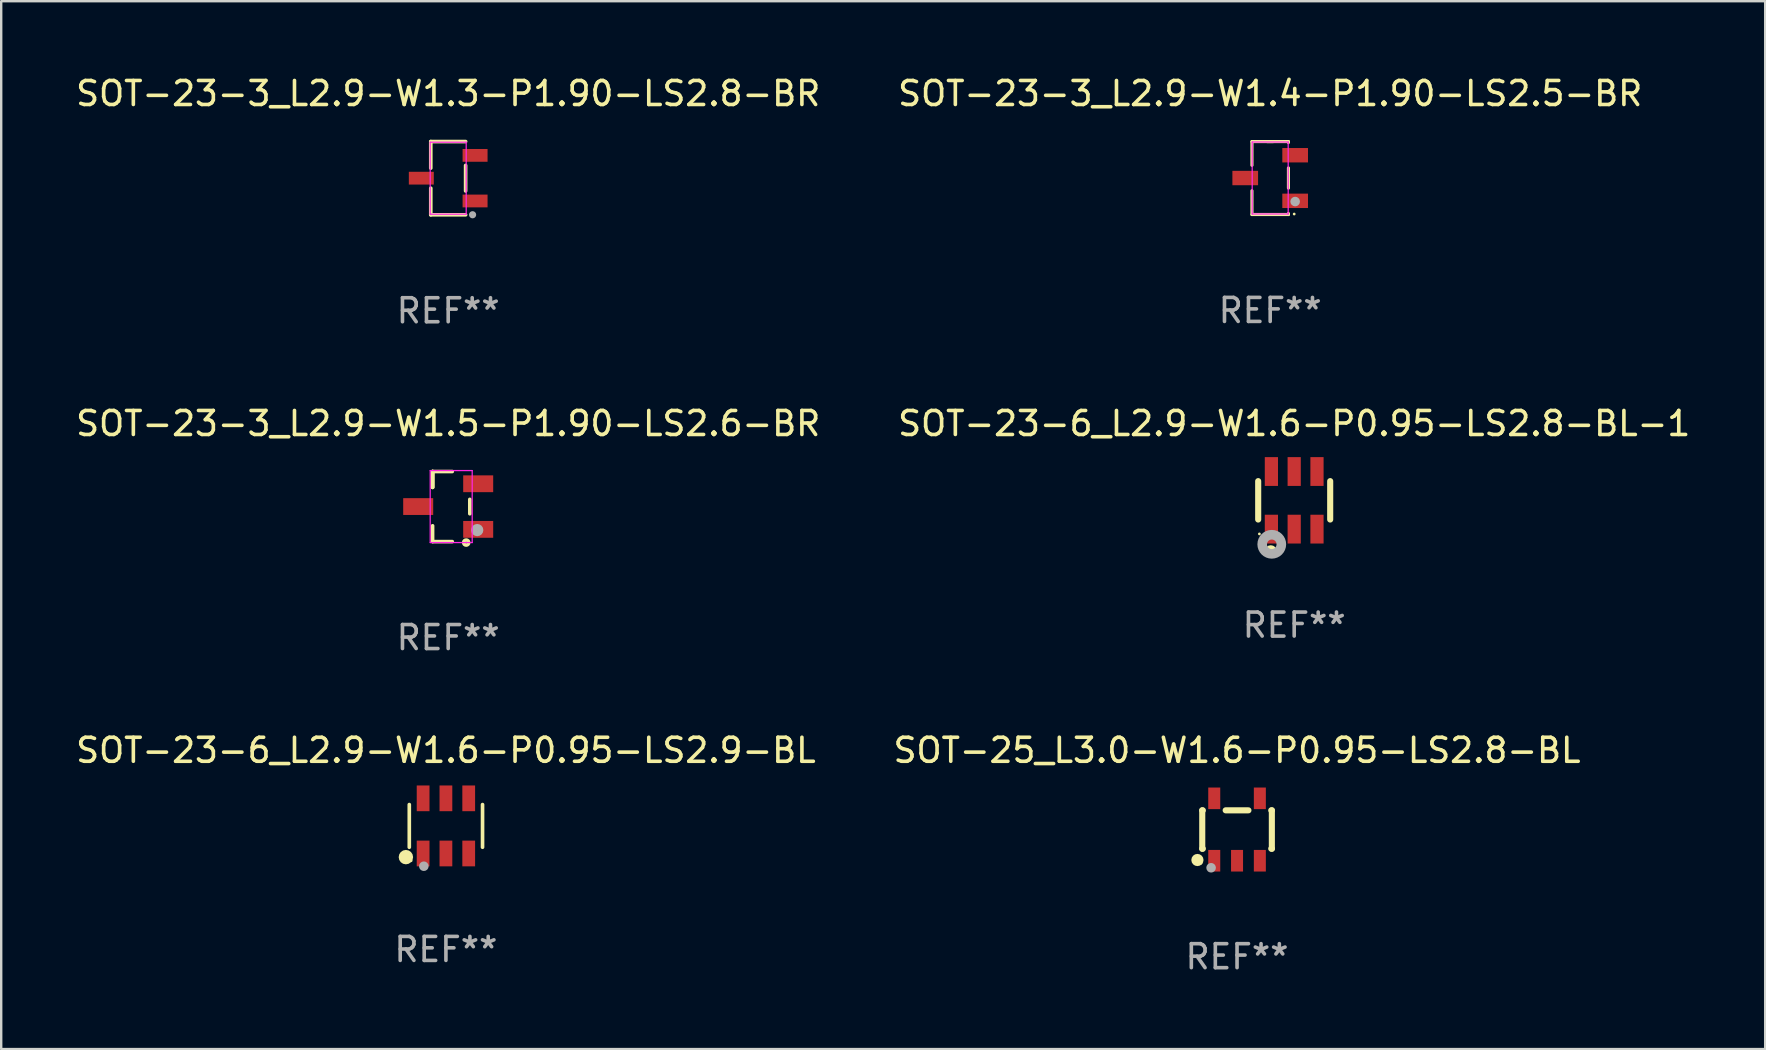
<source format=kicad_pcb>
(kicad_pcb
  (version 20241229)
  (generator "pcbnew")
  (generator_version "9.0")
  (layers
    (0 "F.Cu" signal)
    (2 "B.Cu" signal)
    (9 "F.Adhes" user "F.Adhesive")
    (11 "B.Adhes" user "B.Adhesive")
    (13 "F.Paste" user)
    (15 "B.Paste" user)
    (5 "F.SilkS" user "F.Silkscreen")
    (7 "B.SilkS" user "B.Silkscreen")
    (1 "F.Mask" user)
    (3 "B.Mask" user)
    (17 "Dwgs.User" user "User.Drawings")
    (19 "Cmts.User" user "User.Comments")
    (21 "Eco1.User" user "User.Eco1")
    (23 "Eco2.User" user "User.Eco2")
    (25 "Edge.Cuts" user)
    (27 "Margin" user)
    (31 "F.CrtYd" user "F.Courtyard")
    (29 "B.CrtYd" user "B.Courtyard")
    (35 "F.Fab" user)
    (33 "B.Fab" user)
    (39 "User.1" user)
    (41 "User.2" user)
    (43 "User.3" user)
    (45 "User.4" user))
  (footprint "SOT-25_L3.0-W1.6-P0.95-LS2.8-BL"
    (layer "F.Cu")
    (at 48.494 31.514)
    (property "Reference" "SOT-25_L3.0-W1.6-P0.95-LS2.8-BL" (at 0 -3.3 0) (layer "F.SilkS") (effects (font (size 1 1) (thickness 0.15))))
    (attr smd)
    (fp_line (start -1.45 0.8) (end -1.45 -0.8) (stroke (width 0.254) (type solid)) (layer "F.SilkS"))
    (fp_line (start -1.45 0.8) (end -1.426 0.8) (stroke (width 0.254) (type solid)) (layer "F.SilkS"))
    (fp_line (start -1.426 -0.8) (end -1.45 -0.8) (stroke (width 0.254) (type solid)) (layer "F.SilkS"))
    (fp_line (start 0.474 -0.8) (end -0.474 -0.8) (stroke (width 0.254) (type solid)) (layer "F.SilkS"))
    (fp_line (start 1.426 0.8) (end 1.45 0.8) (stroke (width 0.254) (type solid)) (layer "F.SilkS"))
    (fp_line (start 1.45 -0.8) (end 1.426 -0.8) (stroke (width 0.254) (type solid)) (layer "F.SilkS"))
    (fp_line (start 1.45 0.8) (end 1.45 -0.8) (stroke (width 0.254) (type solid)) (layer "F.SilkS"))
    (fp_circle (center -1.651 1.27) (end -1.524 1.27) (stroke (width 0.254) (type solid)) (fill no) (layer "F.SilkS"))
    (fp_circle (center -1.5 1.4) (end -1.47 1.4) (stroke (width 0.06) (type solid)) (fill no) (layer "F.SilkS"))
    (fp_circle (center -1.081 1.593) (end -0.981 1.593) (stroke (width 0.2) (type solid)) (fill no) (layer "F.Fab"))
    (fp_text user "REF**" (at 0 5.3 0) (layer "F.Fab") (effects (font (size 1 1) (thickness 0.15))))
    (pad "1" smd rect (at -0.95 1.3) (size 0.5 0.9) (layers "F.Cu" "F.Mask" "F.Paste"))
    (pad "2" smd rect (at 0 1.3) (size 0.5 0.9) (layers "F.Cu" "F.Mask" "F.Paste"))
    (pad "3" smd rect (at 0.95 1.3) (size 0.5 0.9) (layers "F.Cu" "F.Mask" "F.Paste"))
    (pad "4" smd rect (at 0.95 -1.3) (size 0.5 0.9) (layers "F.Cu" "F.Mask" "F.Paste"))
    (pad "5" smd rect (at -0.95 -1.3) (size 0.5 0.9) (layers "F.Cu" "F.Mask" "F.Paste")))
  (footprint "SOT-23-6_L2.9-W1.6-P0.95-LS2.9-BL"
    (layer "F.Cu")
    (at 15.53 31.363)
    (property "Reference" "SOT-23-6_L2.9-W1.6-P0.95-LS2.9-BL" (at 0 -3.149 0) (layer "F.SilkS") (effects (font (size 1 1) (thickness 0.15))))
    (attr smd)
    (fp_line (start -1.526 0.889) (end -1.526 -0.889) (stroke (width 0.152) (type solid)) (layer "F.SilkS"))
    (fp_line (start 1.526 0.889) (end 1.526 -0.889) (stroke (width 0.152) (type solid)) (layer "F.SilkS"))
    (fp_circle (center -1.668 1.301) (end -1.518 1.301) (stroke (width 0.3) (type solid)) (fill no) (layer "F.SilkS"))
    (fp_circle (center -1.45 1.45) (end -1.42 1.45) (stroke (width 0.06) (type solid)) (fill no) (layer "F.SilkS"))
    (fp_circle (center -0.92 1.68) (end -0.82 1.68) (stroke (width 0.2) (type solid)) (fill no) (layer "F.Fab"))
    (fp_text user "REF**" (at 0 5.149 0) (layer "F.Fab") (effects (font (size 1 1) (thickness 0.15))))
    (pad "1" smd rect (at -0.95 1.149) (size 0.532 1.072) (layers "F.Cu" "F.Mask" "F.Paste"))
    (pad "2" smd rect (at 0 1.149) (size 0.532 1.072) (layers "F.Cu" "F.Mask" "F.Paste"))
    (pad "3" smd rect (at 0.95 1.149) (size 0.532 1.072) (layers "F.Cu" "F.Mask" "F.Paste"))
    (pad "4" smd rect (at 0.95 -1.149) (size 0.532 1.072) (layers "F.Cu" "F.Mask" "F.Paste"))
    (pad "5" smd rect (at 0 -1.149) (size 0.532 1.072) (layers "F.Cu" "F.Mask" "F.Paste"))
    (pad "6" smd rect (at -0.95 -1.149) (size 0.532 1.072) (layers "F.Cu" "F.Mask" "F.Paste")))
  (footprint "SOT-23-3_L2.9-W1.5-P1.90-LS2.6-BR"
    (layer "F.Cu")
    (at 15.625 18.057)
    (property "Reference" "SOT-23-3_L2.9-W1.5-P1.90-LS2.6-BR" (at 0 -3.46 0) (layer "F.SilkS") (effects (font (size 1 1) (thickness 0.15))))
    (attr smd)
    (fp_line (start -0.65 -1.46) (end -0.65 -0.8) (stroke (width 0.15) (type solid)) (layer "F.SilkS"))
    (fp_line (start -0.65 -1.46) (end 0.17 -1.46) (stroke (width 0.15) (type solid)) (layer "F.SilkS"))
    (fp_line (start -0.65 -0.8) (end -0.65 -1.46) (stroke (width 0.15) (type solid)) (layer "F.SilkS"))
    (fp_line (start -0.65 -0.8) (end -0.65 -1.46) (stroke (width 0.15) (type solid)) (layer "F.SilkS"))
    (fp_line (start -0.65 1.46) (end -0.65 0.8) (stroke (width 0.15) (type solid)) (layer "F.SilkS"))
    (fp_line (start 0.17 1.46) (end -0.65 1.46) (stroke (width 0.15) (type solid)) (layer "F.SilkS"))
    (fp_line (start 0.9 0.3) (end 0.9 -0.3) (stroke (width 0.15) (type solid)) (layer "F.SilkS"))
    (fp_circle (center 0.75 1.5) (end 0.78 1.5) (stroke (width 0.15) (type solid)) (fill no) (layer "F.SilkS"))
    (fp_line (start -0.75 -1.5) (end -0.75 1.5) (stroke (width 0.05) (type default)) (layer "F.CrtYd"))
    (fp_line (start -0.75 1.5) (end 1 1.5) (stroke (width 0.05) (type default)) (layer "F.CrtYd"))
    (fp_line (start 1 -1.5) (end -0.75 -1.5) (stroke (width 0.05) (type default)) (layer "F.CrtYd"))
    (fp_line (start 1 1.5) (end 1 -1.5) (stroke (width 0.05) (type default)) (layer "F.CrtYd"))
    (fp_circle (center 1.21 0.98) (end 1.34 0.98) (stroke (width 0.25) (type solid)) (fill no) (layer "F.Fab"))
    (fp_text user "REF**" (at 0 5.46 0) (layer "F.Fab") (effects (font (size 1 1) (thickness 0.15))))
    (pad "1" smd rect (at 1.25 0.95 270) (size 0.7 1.25) (layers "F.Cu" "F.Mask" "F.Paste"))
    (pad "2" smd rect (at 1.25 -0.95 270) (size 0.7 1.25) (layers "F.Cu" "F.Mask" "F.Paste"))
    (pad "3" smd rect (at -1.25 0 270) (size 0.7 1.25) (layers "F.Cu" "F.Mask" "F.Paste")))
  (footprint "SOT-23-6_L2.9-W1.6-P0.95-LS2.8-BL-1"
    (layer "F.Cu")
    (at 50.875 17.797)
    (property "Reference" "SOT-23-6_L2.9-W1.6-P0.95-LS2.8-BL-1" (at 0 -3.2 0) (layer "F.SilkS") (effects (font (size 1 1) (thickness 0.15))))
    (attr smd)
    (fp_line (start -1.5 0.8) (end -1.5 -0.8) (stroke (width 0.254) (type solid)) (layer "F.SilkS"))
    (fp_line (start 1.5 -0.8) (end 1.5 0.8) (stroke (width 0.254) (type solid)) (layer "F.SilkS"))
    (fp_circle (center -1.45 1.4) (end -1.42 1.4) (stroke (width 0.06) (type solid)) (fill no) (layer "F.SilkS"))
    (fp_circle (center -0.975 2.125) (end -0.848 2.125) (stroke (width 0.254) (type solid)) (fill no) (layer "F.SilkS"))
    (fp_circle (center -0.934 1.832) (end -0.735 1.832) (stroke (width 0.4) (type solid)) (fill no) (layer "F.Fab"))
    (fp_text user "REF**" (at 0 5.2 0) (layer "F.Fab") (effects (font (size 1 1) (thickness 0.15))))
    (pad "1" smd rect (at -0.95 1.2) (size 0.55 1.2) (layers "F.Cu" "F.Mask" "F.Paste"))
    (pad "2" smd rect (at 0 1.2) (size 0.55 1.2) (layers "F.Cu" "F.Mask" "F.Paste"))
    (pad "3" smd rect (at 0.95 1.2) (size 0.55 1.2) (layers "F.Cu" "F.Mask" "F.Paste"))
    (pad "4" smd rect (at 0.95 -1.2) (size 0.55 1.2) (layers "F.Cu" "F.Mask" "F.Paste"))
    (pad "5" smd rect (at 0 -1.2) (size 0.55 1.2) (layers "F.Cu" "F.Mask" "F.Paste"))
    (pad "6" smd rect (at -0.95 -1.2) (size 0.55 1.2) (layers "F.Cu" "F.Mask" "F.Paste")))
  (footprint "SOT-23-3_L2.9-W1.3-P1.90-LS2.8-BR"
    (layer "F.Cu")
    (at 15.625 4.374)
    (property "Reference" "SOT-23-3_L2.9-W1.3-P1.90-LS2.8-BR" (at -0.000076 -3.526 0) (layer "F.SilkS") (effects (font (size 1 1) (thickness 0.15))))
    (attr smd)
    (fp_line (start -0.726 -1.526) (end -0.726 -0.418) (stroke (width 0.152) (type solid)) (layer "F.SilkS"))
    (fp_line (start -0.726 1.526) (end -0.726 0.418) (stroke (width 0.152) (type solid)) (layer "F.SilkS"))
    (fp_line (start 0.726 -1.526) (end -0.726 -1.526) (stroke (width 0.152) (type solid)) (layer "F.SilkS"))
    (fp_line (start 0.726 0.532) (end 0.726 -0.532) (stroke (width 0.152) (type solid)) (layer "F.SilkS"))
    (fp_line (start 0.726 1.526) (end -0.726 1.526) (stroke (width 0.152) (type solid)) (layer "F.SilkS"))
    (fp_circle (center 1 1.5) (end 1.03 1.5) (stroke (width 0.06) (type solid)) (fill no) (layer "F.SilkS"))
    (fp_line (start -0.75 -1.5) (end 0.75 -1.5) (stroke (width 0.05) (type default)) (layer "F.CrtYd"))
    (fp_line (start -0.75 1.5) (end -0.75 -1.5) (stroke (width 0.05) (type default)) (layer "F.CrtYd"))
    (fp_line (start 0.75 -1.5) (end 0.75 1.5) (stroke (width 0.05) (type default)) (layer "F.CrtYd"))
    (fp_line (start 0.75 1.5) (end -0.75 1.5) (stroke (width 0.05) (type default)) (layer "F.CrtYd"))
    (fp_circle (center 1.016 1.524) (end 1.091 1.524) (stroke (width 0.15) (type solid)) (fill no) (layer "F.Fab"))
    (fp_text user "REF**" (at -0.000076 5.526 0) (layer "F.Fab") (effects (font (size 1 1) (thickness 0.15))))
    (pad "1" smd rect (at 1.12 0.95 90) (size 0.532 1.04) (layers "F.Cu" "F.Mask" "F.Paste"))
    (pad "2" smd rect (at 1.12 -0.95 90) (size 0.532 1.04) (layers "F.Cu" "F.Mask" "F.Paste"))
    (pad "3" smd rect (at -1.12 -0.000076 90) (size 0.532 1.04) (layers "F.Cu" "F.Mask" "F.Paste")))
  (footprint "SOT-23-3_L2.9-W1.4-P1.90-LS2.5-BR"
    (layer "F.Cu")
    (at 49.875 4.368)
    (property "Reference" "SOT-23-3_L2.9-W1.4-P1.90-LS2.5-BR" (at 0 -3.52 0) (layer "F.SilkS") (effects (font (size 1 1) (thickness 0.15))))
    (attr smd)
    (fp_line (start -0.76 -1.52) (end 0.13 -1.52) (stroke (width 0.13) (type solid)) (layer "F.SilkS"))
    (fp_line (start -0.76 -0.53) (end -0.76 -1.52) (stroke (width 0.13) (type solid)) (layer "F.SilkS"))
    (fp_line (start -0.76 1.52) (end -0.76 0.53) (stroke (width 0.13) (type solid)) (layer "F.SilkS"))
    (fp_line (start -0.13 -1.52) (end 0.76 -1.52) (stroke (width 0.13) (type solid)) (layer "F.SilkS"))
    (fp_line (start 0.76 -1.52) (end 0.76 -1.48) (stroke (width 0.13) (type solid)) (layer "F.SilkS"))
    (fp_line (start 0.76 -0.42) (end 0.76 0.42) (stroke (width 0.13) (type solid)) (layer "F.SilkS"))
    (fp_line (start 0.76 1.48) (end 0.76 1.52) (stroke (width 0.13) (type solid)) (layer "F.SilkS"))
    (fp_line (start 0.76 1.52) (end -0.76 1.52) (stroke (width 0.13) (type solid)) (layer "F.SilkS"))
    (fp_circle (center 1 1.5) (end 1.03 1.5) (stroke (width 0.06) (type solid)) (fill no) (layer "F.SilkS"))
    (fp_line (start -0.75 -1.5) (end 0.75 -1.5) (stroke (width 0.05) (type default)) (layer "F.CrtYd"))
    (fp_line (start -0.75 1.5) (end -0.75 -1.5) (stroke (width 0.05) (type default)) (layer "F.CrtYd"))
    (fp_line (start 0.75 -1.5) (end 0.75 1.5) (stroke (width 0.05) (type default)) (layer "F.CrtYd"))
    (fp_line (start 0.75 1.5) (end -0.75 1.5) (stroke (width 0.05) (type default)) (layer "F.CrtYd"))
    (fp_circle (center 1.04 0.98) (end 1.14 0.98) (stroke (width 0.2) (type solid)) (fill no) (layer "F.Fab"))
    (fp_text user "REF**" (at 0 5.52 0) (layer "F.Fab") (effects (font (size 1 1) (thickness 0.15))))
    (pad "1" smd rect (at 1.04 0.95) (size 1.07 0.6) (layers "F.Cu" "F.Mask" "F.Paste"))
    (pad "2" smd rect (at 1.04 -0.95) (size 1.07 0.6) (layers "F.Cu" "F.Mask" "F.Paste"))
    (pad "3" smd rect (at -1.04 0) (size 1.07 0.6) (layers "F.Cu" "F.Mask" "F.Paste")))
  (gr_rect
    (start -3 -3)
    (end 70.5 40.662)
    (stroke (width 0.1) (type default))
    (fill no)
    (layer "Edge.Cuts")))
</source>
